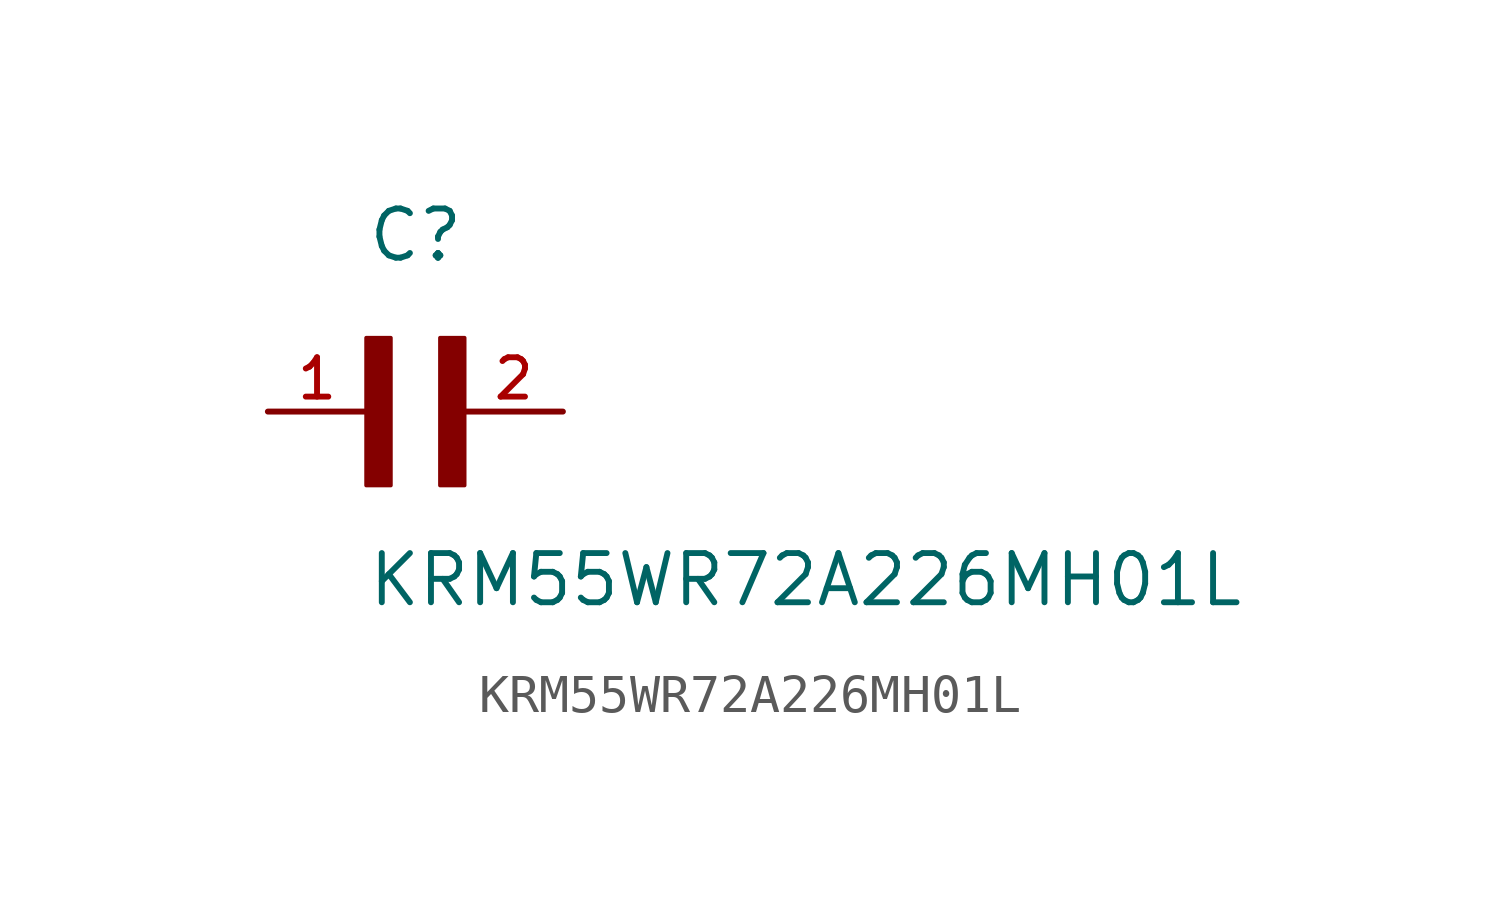
<source format=kicad_sym>
(kicad_symbol_lib
  (version 20211014)
  (generator kicad_symbol_editor)
  (symbol "KRM55WR72A226MH01L"
    (pin_names
      (offset 1.016))
    (property "Reference" "C"
      (at 0.0 3.811 0)
      (effects (font (size 1.27 1.27)) (justify bottom left)))
    (property "Value" "KRM55WR72A226MH01L"
      (at 0.0 -5.088 0)
      (effects (font (size 1.27 1.27)) (justify bottom left)))
    (symbol "KRM55WR72A226MH01L_0_0"
      (rectangle (start 0.0 -1.907) (end 0.635 1.905) (stroke (width 0.1)) (fill (type outline)))
      (rectangle (start 1.907 -1.907) (end 2.54 1.905) (stroke (width 0.1)) (fill (type outline)))
      (pin passive line (at 5.08 0.0 180.0) (length 2.54) (name "~" (effects (font (size 1.016 1.016)))) (number "2" (effects (font (size 1.016 1.016)))))
      (pin passive line (at -2.54 0.0 0) (length 2.54) (name "~" (effects (font (size 1.016 1.016)))) (number "1" (effects (font (size 1.016 1.016))))))))
</source>
